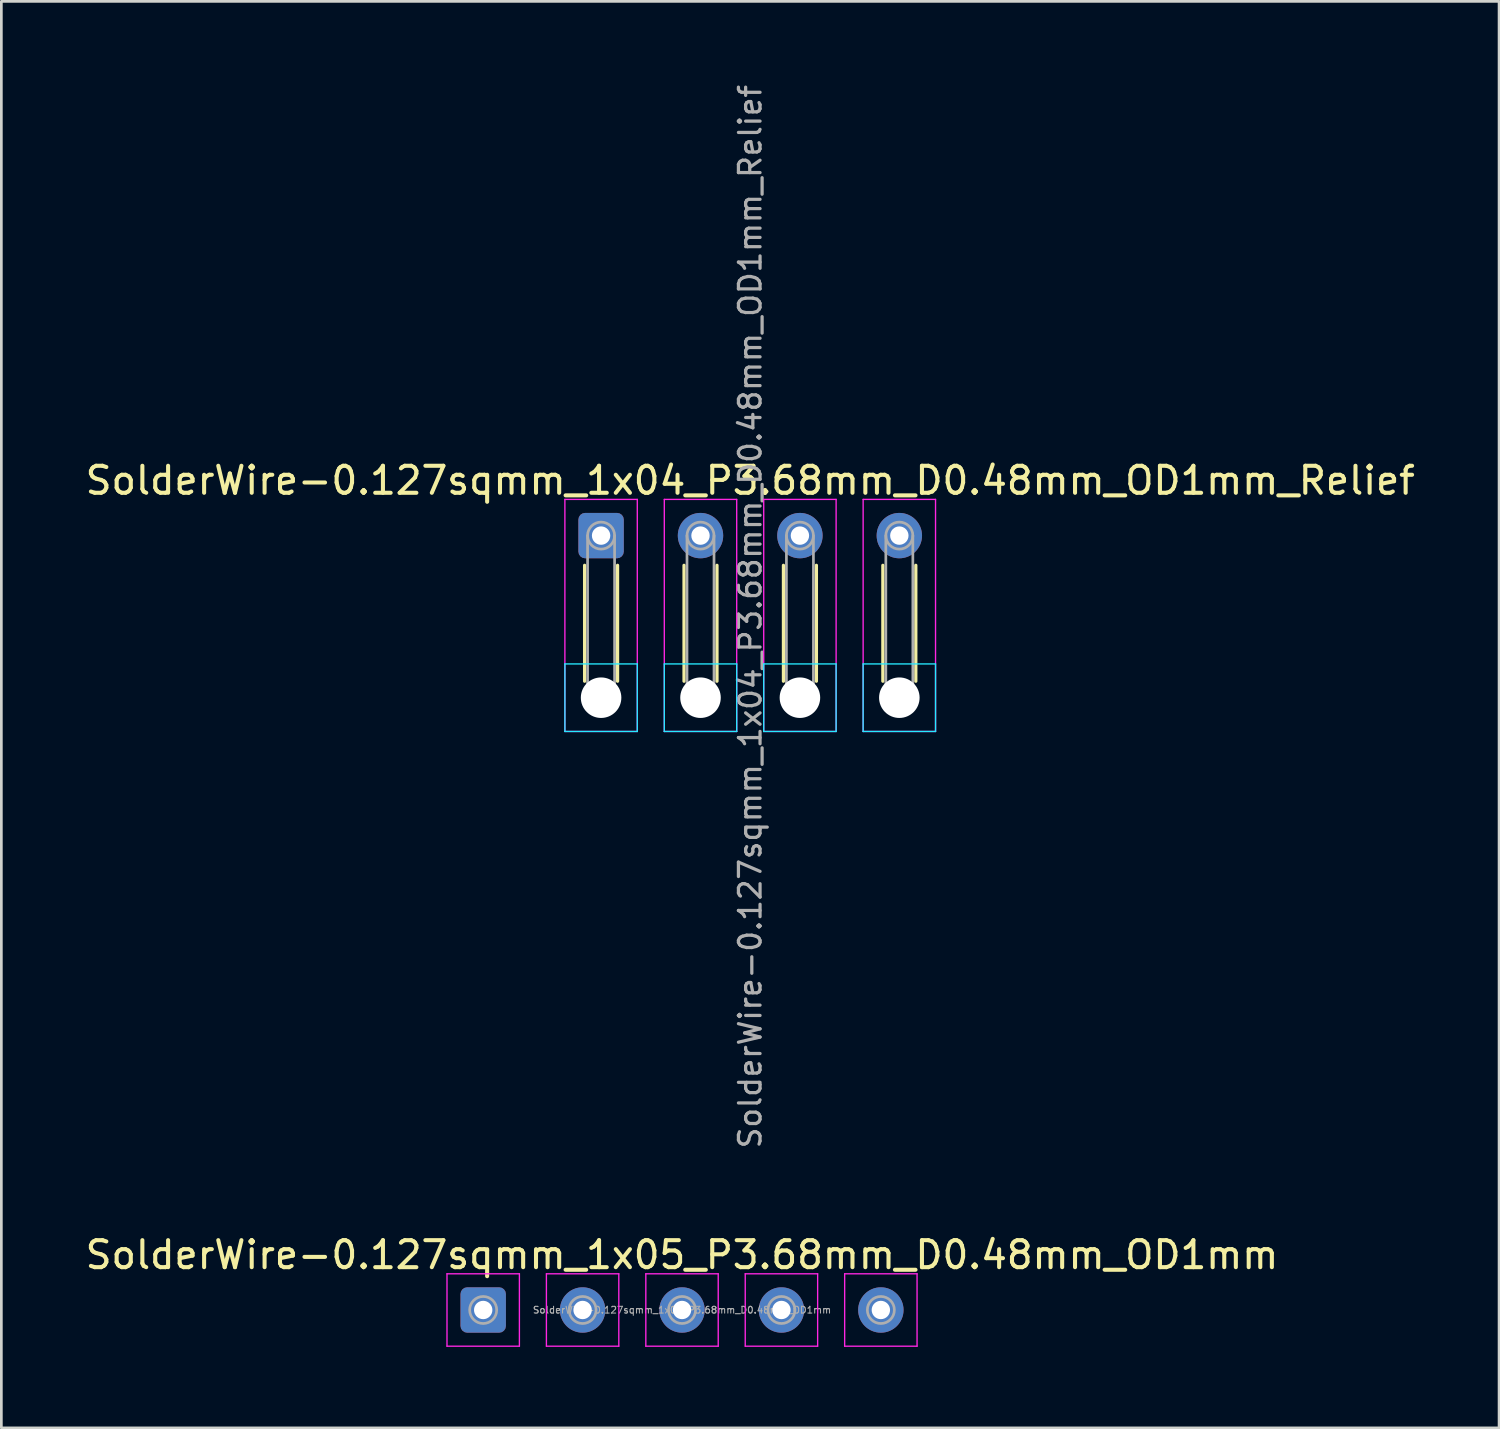
<source format=kicad_pcb>
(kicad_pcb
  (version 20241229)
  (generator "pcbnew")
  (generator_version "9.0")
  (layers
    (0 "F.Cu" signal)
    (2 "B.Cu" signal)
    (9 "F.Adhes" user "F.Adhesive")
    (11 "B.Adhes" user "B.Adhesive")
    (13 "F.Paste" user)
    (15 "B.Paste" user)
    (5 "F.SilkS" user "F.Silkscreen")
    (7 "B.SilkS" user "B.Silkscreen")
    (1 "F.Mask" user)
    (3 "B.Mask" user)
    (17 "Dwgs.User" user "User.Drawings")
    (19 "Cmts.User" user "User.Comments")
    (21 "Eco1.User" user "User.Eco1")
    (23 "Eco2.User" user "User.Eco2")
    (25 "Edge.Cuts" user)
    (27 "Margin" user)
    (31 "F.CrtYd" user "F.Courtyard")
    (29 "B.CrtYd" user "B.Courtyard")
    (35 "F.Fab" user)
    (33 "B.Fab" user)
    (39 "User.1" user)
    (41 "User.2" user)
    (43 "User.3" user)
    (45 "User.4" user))
  (footprint "SolderWire-0.127sqmm_1x05_P3.68mm_D0.48mm_OD1mm"
    (layer "F.Cu")
    (at 14.836 45.441)
    (property "Reference" "SolderWire-0.127sqmm_1x05_P3.68mm_D0.48mm_OD1mm" (at 7.36 -2.04 0) (layer "F.SilkS") (effects (font (size 1 1) (thickness 0.15))))
    (attr exclude_from_pos_files exclude_from_bom)
    (fp_line (start -1.34 -1.34) (end -1.34 1.34) (stroke (width 0.05) (type solid)) (layer "F.CrtYd"))
    (fp_line (start -1.34 1.34) (end 1.34 1.34) (stroke (width 0.05) (type solid)) (layer "F.CrtYd"))
    (fp_line (start 1.34 -1.34) (end -1.34 -1.34) (stroke (width 0.05) (type solid)) (layer "F.CrtYd"))
    (fp_line (start 1.34 1.34) (end 1.34 -1.34) (stroke (width 0.05) (type solid)) (layer "F.CrtYd"))
    (fp_line (start 2.34 -1.34) (end 2.34 1.34) (stroke (width 0.05) (type solid)) (layer "F.CrtYd"))
    (fp_line (start 2.34 1.34) (end 5.02 1.34) (stroke (width 0.05) (type solid)) (layer "F.CrtYd"))
    (fp_line (start 5.02 -1.34) (end 2.34 -1.34) (stroke (width 0.05) (type solid)) (layer "F.CrtYd"))
    (fp_line (start 5.02 1.34) (end 5.02 -1.34) (stroke (width 0.05) (type solid)) (layer "F.CrtYd"))
    (fp_line (start 6.02 -1.34) (end 6.02 1.34) (stroke (width 0.05) (type solid)) (layer "F.CrtYd"))
    (fp_line (start 6.02 1.34) (end 8.7 1.34) (stroke (width 0.05) (type solid)) (layer "F.CrtYd"))
    (fp_line (start 8.7 -1.34) (end 6.02 -1.34) (stroke (width 0.05) (type solid)) (layer "F.CrtYd"))
    (fp_line (start 8.7 1.34) (end 8.7 -1.34) (stroke (width 0.05) (type solid)) (layer "F.CrtYd"))
    (fp_line (start 9.7 -1.34) (end 9.7 1.34) (stroke (width 0.05) (type solid)) (layer "F.CrtYd"))
    (fp_line (start 9.7 1.34) (end 12.38 1.34) (stroke (width 0.05) (type solid)) (layer "F.CrtYd"))
    (fp_line (start 12.38 -1.34) (end 9.7 -1.34) (stroke (width 0.05) (type solid)) (layer "F.CrtYd"))
    (fp_line (start 12.38 1.34) (end 12.38 -1.34) (stroke (width 0.05) (type solid)) (layer "F.CrtYd"))
    (fp_line (start 13.38 -1.34) (end 13.38 1.34) (stroke (width 0.05) (type solid)) (layer "F.CrtYd"))
    (fp_line (start 13.38 1.34) (end 16.06 1.34) (stroke (width 0.05) (type solid)) (layer "F.CrtYd"))
    (fp_line (start 16.06 -1.34) (end 13.38 -1.34) (stroke (width 0.05) (type solid)) (layer "F.CrtYd"))
    (fp_line (start 16.06 1.34) (end 16.06 -1.34) (stroke (width 0.05) (type solid)) (layer "F.CrtYd"))
    (fp_circle (center 0 0) (end 0.5 0) (stroke (width 0.1) (type solid)) (fill no) (layer "F.Fab"))
    (fp_circle (center 3.68 0) (end 4.18 0) (stroke (width 0.1) (type solid)) (fill no) (layer "F.Fab"))
    (fp_circle (center 7.36 0) (end 7.86 0) (stroke (width 0.1) (type solid)) (fill no) (layer "F.Fab"))
    (fp_circle (center 11.04 0) (end 11.54 0) (stroke (width 0.1) (type solid)) (fill no) (layer "F.Fab"))
    (fp_circle (center 14.72 0) (end 15.22 0) (stroke (width 0.1) (type solid)) (fill no) (layer "F.Fab"))
    (fp_text user "${REFERENCE}" (at 7.36 0 0) (layer "F.Fab") (effects (font (size 0.25 0.25) (thickness 0.04))))
    (pad "1" thru_hole roundrect (at 0 0) (size 1.68 1.68) (drill 0.68) (layers "*.Cu" "*.Mask") (roundrect_rratio 0.149))
    (pad "2" thru_hole circle (at 3.68 0) (size 1.68 1.68) (drill 0.68) (layers "*.Cu" "*.Mask"))
    (pad "3" thru_hole circle (at 7.36 0) (size 1.68 1.68) (drill 0.68) (layers "*.Cu" "*.Mask"))
    (pad "4" thru_hole circle (at 11.04 0) (size 1.68 1.68) (drill 0.68) (layers "*.Cu" "*.Mask"))
    (pad "5" thru_hole circle (at 14.72 0) (size 1.68 1.68) (drill 0.68) (layers "*.Cu" "*.Mask")))
  (footprint "SolderWire-0.127sqmm_1x04_P3.68mm_D0.48mm_OD1mm_Relief"
    (layer "F.Cu")
    (at 19.2 16.776)
    (property "Reference" "SolderWire-0.127sqmm_1x04_P3.68mm_D0.48mm_OD1mm_Relief" (at 5.52 -2.04 0) (layer "F.SilkS") (effects (font (size 1 1) (thickness 0.15))))
    (attr exclude_from_pos_files exclude_from_bom)
    (fp_line (start -0.61 1.1) (end -0.61 5.39) (stroke (width 0.12) (type solid)) (layer "F.SilkS"))
    (fp_line (start 0.61 1.1) (end 0.61 5.39) (stroke (width 0.12) (type solid)) (layer "F.SilkS"))
    (fp_line (start 3.07 1.1) (end 3.07 5.39) (stroke (width 0.12) (type solid)) (layer "F.SilkS"))
    (fp_line (start 4.29 1.1) (end 4.29 5.39) (stroke (width 0.12) (type solid)) (layer "F.SilkS"))
    (fp_line (start 6.75 1.1) (end 6.75 5.39) (stroke (width 0.12) (type solid)) (layer "F.SilkS"))
    (fp_line (start 7.97 1.1) (end 7.97 5.39) (stroke (width 0.12) (type solid)) (layer "F.SilkS"))
    (fp_line (start 10.43 1.1) (end 10.43 5.39) (stroke (width 0.12) (type solid)) (layer "F.SilkS"))
    (fp_line (start 11.65 1.1) (end 11.65 5.39) (stroke (width 0.12) (type solid)) (layer "F.SilkS"))
    (fp_line (start -1.34 4.75) (end -1.34 7.25) (stroke (width 0.05) (type solid)) (layer "B.CrtYd"))
    (fp_line (start -1.34 7.25) (end 1.34 7.25) (stroke (width 0.05) (type solid)) (layer "B.CrtYd"))
    (fp_line (start 1.34 4.75) (end -1.34 4.75) (stroke (width 0.05) (type solid)) (layer "B.CrtYd"))
    (fp_line (start 1.34 7.25) (end 1.34 4.75) (stroke (width 0.05) (type solid)) (layer "B.CrtYd"))
    (fp_line (start 2.34 4.75) (end 2.34 7.25) (stroke (width 0.05) (type solid)) (layer "B.CrtYd"))
    (fp_line (start 2.34 7.25) (end 5.02 7.25) (stroke (width 0.05) (type solid)) (layer "B.CrtYd"))
    (fp_line (start 5.02 4.75) (end 2.34 4.75) (stroke (width 0.05) (type solid)) (layer "B.CrtYd"))
    (fp_line (start 5.02 7.25) (end 5.02 4.75) (stroke (width 0.05) (type solid)) (layer "B.CrtYd"))
    (fp_line (start 6.02 4.75) (end 6.02 7.25) (stroke (width 0.05) (type solid)) (layer "B.CrtYd"))
    (fp_line (start 6.02 7.25) (end 8.7 7.25) (stroke (width 0.05) (type solid)) (layer "B.CrtYd"))
    (fp_line (start 8.7 4.75) (end 6.02 4.75) (stroke (width 0.05) (type solid)) (layer "B.CrtYd"))
    (fp_line (start 8.7 7.25) (end 8.7 4.75) (stroke (width 0.05) (type solid)) (layer "B.CrtYd"))
    (fp_line (start 9.7 4.75) (end 9.7 7.25) (stroke (width 0.05) (type solid)) (layer "B.CrtYd"))
    (fp_line (start 9.7 7.25) (end 12.38 7.25) (stroke (width 0.05) (type solid)) (layer "B.CrtYd"))
    (fp_line (start 12.38 4.75) (end 9.7 4.75) (stroke (width 0.05) (type solid)) (layer "B.CrtYd"))
    (fp_line (start 12.38 7.25) (end 12.38 4.75) (stroke (width 0.05) (type solid)) (layer "B.CrtYd"))
    (fp_line (start -1.34 -1.34) (end -1.34 7.25) (stroke (width 0.05) (type solid)) (layer "F.CrtYd"))
    (fp_line (start -1.34 7.25) (end 1.34 7.25) (stroke (width 0.05) (type solid)) (layer "F.CrtYd"))
    (fp_line (start 1.34 -1.34) (end -1.34 -1.34) (stroke (width 0.05) (type solid)) (layer "F.CrtYd"))
    (fp_line (start 1.34 7.25) (end 1.34 -1.34) (stroke (width 0.05) (type solid)) (layer "F.CrtYd"))
    (fp_line (start 2.34 -1.34) (end 2.34 7.25) (stroke (width 0.05) (type solid)) (layer "F.CrtYd"))
    (fp_line (start 2.34 7.25) (end 5.02 7.25) (stroke (width 0.05) (type solid)) (layer "F.CrtYd"))
    (fp_line (start 5.02 -1.34) (end 2.34 -1.34) (stroke (width 0.05) (type solid)) (layer "F.CrtYd"))
    (fp_line (start 5.02 7.25) (end 5.02 -1.34) (stroke (width 0.05) (type solid)) (layer "F.CrtYd"))
    (fp_line (start 6.02 -1.34) (end 6.02 7.25) (stroke (width 0.05) (type solid)) (layer "F.CrtYd"))
    (fp_line (start 6.02 7.25) (end 8.7 7.25) (stroke (width 0.05) (type solid)) (layer "F.CrtYd"))
    (fp_line (start 8.7 -1.34) (end 6.02 -1.34) (stroke (width 0.05) (type solid)) (layer "F.CrtYd"))
    (fp_line (start 8.7 7.25) (end 8.7 -1.34) (stroke (width 0.05) (type solid)) (layer "F.CrtYd"))
    (fp_line (start 9.7 -1.34) (end 9.7 7.25) (stroke (width 0.05) (type solid)) (layer "F.CrtYd"))
    (fp_line (start 9.7 7.25) (end 12.38 7.25) (stroke (width 0.05) (type solid)) (layer "F.CrtYd"))
    (fp_line (start 12.38 -1.34) (end 9.7 -1.34) (stroke (width 0.05) (type solid)) (layer "F.CrtYd"))
    (fp_line (start 12.38 7.25) (end 12.38 -1.34) (stroke (width 0.05) (type solid)) (layer "F.CrtYd"))
    (fp_line (start -0.5 0) (end -0.5 6) (stroke (width 0.1) (type solid)) (layer "F.Fab"))
    (fp_line (start 0.5 0) (end 0.5 6) (stroke (width 0.1) (type solid)) (layer "F.Fab"))
    (fp_line (start 3.18 0) (end 3.18 6) (stroke (width 0.1) (type solid)) (layer "F.Fab"))
    (fp_line (start 4.18 0) (end 4.18 6) (stroke (width 0.1) (type solid)) (layer "F.Fab"))
    (fp_line (start 6.86 0) (end 6.86 6) (stroke (width 0.1) (type solid)) (layer "F.Fab"))
    (fp_line (start 7.86 0) (end 7.86 6) (stroke (width 0.1) (type solid)) (layer "F.Fab"))
    (fp_line (start 10.54 0) (end 10.54 6) (stroke (width 0.1) (type solid)) (layer "F.Fab"))
    (fp_line (start 11.54 0) (end 11.54 6) (stroke (width 0.1) (type solid)) (layer "F.Fab"))
    (fp_circle (center 0 0) (end 0.5 0) (stroke (width 0.1) (type solid)) (fill no) (layer "F.Fab"))
    (fp_circle (center 0 6) (end 0.5 6) (stroke (width 0.1) (type solid)) (fill no) (layer "F.Fab"))
    (fp_circle (center 3.68 0) (end 4.18 0) (stroke (width 0.1) (type solid)) (fill no) (layer "F.Fab"))
    (fp_circle (center 3.68 6) (end 4.18 6) (stroke (width 0.1) (type solid)) (fill no) (layer "F.Fab"))
    (fp_circle (center 7.36 0) (end 7.86 0) (stroke (width 0.1) (type solid)) (fill no) (layer "F.Fab"))
    (fp_circle (center 7.36 6) (end 7.86 6) (stroke (width 0.1) (type solid)) (fill no) (layer "F.Fab"))
    (fp_circle (center 11.04 0) (end 11.54 0) (stroke (width 0.1) (type solid)) (fill no) (layer "F.Fab"))
    (fp_circle (center 11.04 6) (end 11.54 6) (stroke (width 0.1) (type solid)) (fill no) (layer "F.Fab"))
    (fp_text user "${REFERENCE}" (at 5.52 3 90) (layer "F.Fab") (effects (font (size 0.8 0.8) (thickness 0.12))))
    (pad "" np_thru_hole circle (at 0 6) (size 1.5 1.5) (drill 1.5) (layers "*.Cu" "*.Mask"))
    (pad "" np_thru_hole circle (at 3.68 6) (size 1.5 1.5) (drill 1.5) (layers "*.Cu" "*.Mask"))
    (pad "" np_thru_hole circle (at 7.36 6) (size 1.5 1.5) (drill 1.5) (layers "*.Cu" "*.Mask"))
    (pad "" np_thru_hole circle (at 11.04 6) (size 1.5 1.5) (drill 1.5) (layers "*.Cu" "*.Mask"))
    (pad "1" thru_hole roundrect (at 0 0) (size 1.68 1.68) (drill 0.68) (layers "*.Cu" "*.Mask") (roundrect_rratio 0.149))
    (pad "2" thru_hole circle (at 3.68 0) (size 1.68 1.68) (drill 0.68) (layers "*.Cu" "*.Mask"))
    (pad "3" thru_hole circle (at 7.36 0) (size 1.68 1.68) (drill 0.68) (layers "*.Cu" "*.Mask"))
    (pad "4" thru_hole circle (at 11.04 0) (size 1.68 1.68) (drill 0.68) (layers "*.Cu" "*.Mask")))
  (gr_rect
    (start -3 -3)
    (end 52.44 49.806)
    (stroke (width 0.1) (type default))
    (fill no)
    (layer "Edge.Cuts")))
</source>
